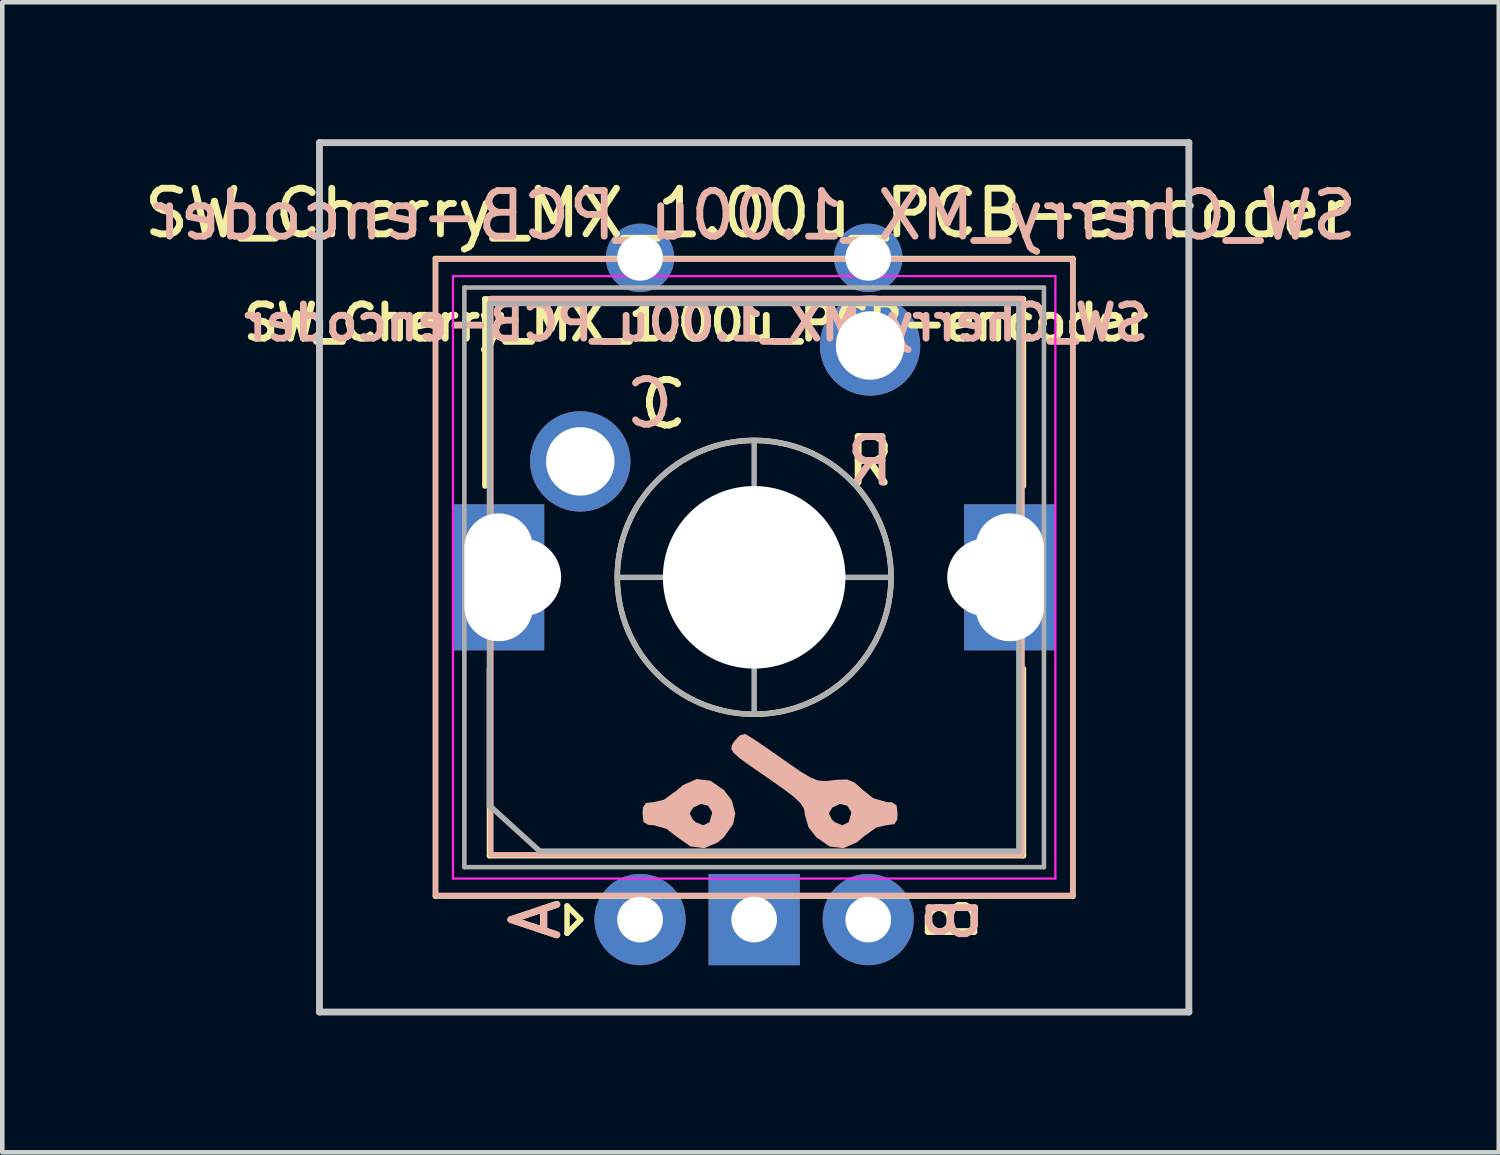
<source format=kicad_pcb>
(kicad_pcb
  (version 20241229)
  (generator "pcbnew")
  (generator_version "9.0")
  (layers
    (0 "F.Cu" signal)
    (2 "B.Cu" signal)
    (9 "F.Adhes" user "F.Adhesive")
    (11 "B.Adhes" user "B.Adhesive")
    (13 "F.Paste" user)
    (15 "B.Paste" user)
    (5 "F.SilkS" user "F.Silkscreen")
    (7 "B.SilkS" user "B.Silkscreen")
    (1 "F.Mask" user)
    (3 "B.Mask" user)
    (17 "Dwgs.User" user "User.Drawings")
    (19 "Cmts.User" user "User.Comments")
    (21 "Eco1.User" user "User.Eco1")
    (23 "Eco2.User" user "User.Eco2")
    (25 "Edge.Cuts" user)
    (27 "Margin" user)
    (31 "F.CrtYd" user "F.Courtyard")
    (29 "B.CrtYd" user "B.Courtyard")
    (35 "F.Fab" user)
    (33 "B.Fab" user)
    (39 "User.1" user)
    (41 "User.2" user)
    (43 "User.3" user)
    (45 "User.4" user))
  (footprint "SW_Cherry_MX_1.00u_PCB-encoder"
    (layer "F.Cu")
    (at 13.475 9.6)
    (property "Reference" "SW_Cherry_MX_1.00u_PCB-encoder" (at -0.16 -7.98 0) (layer "F.SilkS") (effects (font (size 1 1) (thickness 0.15))))
    (property "Value" "${REFERENCE}" (at 0 7.874 0) (layer "F.Fab") (hide yes) (effects (font (size 1 1) (thickness 0.15))))
    (attr through_hole)
    (fp_line (start -6.985 -6.985) (end 6.985 -6.985) (stroke (width 0.12) (type solid)) (layer "F.SilkS"))
    (fp_line (start -6.985 6.985) (end -6.985 -6.985) (stroke (width 0.12) (type solid)) (layer "F.SilkS"))
    (fp_line (start -5.9 -6.1) (end -3.3 -6.1) (stroke (width 0.12) (type solid)) (layer "F.SilkS"))
    (fp_line (start -5.9 -2) (end -5.9 -6.1) (stroke (width 0.12) (type solid)) (layer "F.SilkS"))
    (fp_line (start -5.8 2) (end -5.8 6.1) (stroke (width 0.12) (type solid)) (layer "F.SilkS"))
    (fp_line (start -5.8 6.1) (end 5.9 6.1) (stroke (width 0.12) (type solid)) (layer "F.SilkS"))
    (fp_line (start -4.1 7.2) (end -3.8 7.5) (stroke (width 0.12) (type solid)) (layer "F.SilkS"))
    (fp_line (start -4.1 7.8) (end -4.1 7.2) (stroke (width 0.12) (type solid)) (layer "F.SilkS"))
    (fp_line (start -3.8 7.5) (end -4.1 7.8) (stroke (width 0.12) (type solid)) (layer "F.SilkS"))
    (fp_line (start -1.3 -6.1) (end 1.3 -6.1) (stroke (width 0.12) (type solid)) (layer "F.SilkS"))
    (fp_line (start -0.5 0) (end 0.5 0) (stroke (width 0.12) (type solid)) (layer "F.SilkS"))
    (fp_line (start 0 0.5) (end 0 -0.5) (stroke (width 0.12) (type solid)) (layer "F.SilkS"))
    (fp_line (start 3.3 -6.1) (end 5.9 -6.1) (stroke (width 0.12) (type solid)) (layer "F.SilkS"))
    (fp_line (start 5.9 -6.1) (end 5.9 -2) (stroke (width 0.12) (type solid)) (layer "F.SilkS"))
    (fp_line (start 5.9 2) (end 5.9 6.1) (stroke (width 0.12) (type solid)) (layer "F.SilkS"))
    (fp_line (start 6.985 -6.985) (end 6.985 6.985) (stroke (width 0.12) (type solid)) (layer "F.SilkS"))
    (fp_line (start 6.985 6.985) (end -6.985 6.985) (stroke (width 0.12) (type solid)) (layer "F.SilkS"))
    (fp_circle (center 0 0) (end 0 -3) (stroke (width 0.12) (type solid)) (fill no) (layer "F.SilkS"))
    (fp_rect (start -6.98 -6.97) (end 6.98 6.97) (stroke (width 0.12) (type solid)) (fill no) (layer "B.SilkS"))
    (fp_rect (start -5.77 6.08) (end 5.87 -6.11) (stroke (width 0.12) (type solid)) (fill no) (layer "B.SilkS"))
    (fp_poly (pts (xy -1.56 4.552) (xy -1.697 4.67) (xy -1.982 4.875) (xy -2.198 4.924) (xy -2.374 4.945) (xy -2.439 5.047) (xy -2.446 5.178) (xy -2.425 5.358) (xy -2.326 5.424) (xy -2.198 5.432) (xy -1.916 5.514) (xy -1.697 5.686) (xy -1.399 5.895) (xy -1.097 5.936) (xy -0.797 5.809) (xy -0.661 5.692) (xy -0.461 5.41) (xy -0.414 5.178) (xy -0.415 5.173) (xy -0.922 5.173) (xy -0.978 5.365) (xy -1.116 5.433) (xy -1.288 5.362) (xy -1.349 5.3) (xy -1.413 5.172) (xy -1.336 5.047) (xy -1.332 5.043) (xy -1.167 4.965) (xy -1.009 5.004) (xy -0.924 5.141) (xy -0.922 5.173) (xy -0.415 5.173) (xy -0.49 4.886) (xy -0.661 4.663) (xy -0.957 4.457) (xy -1.259 4.42)) (stroke (width 0) (type solid)) (fill yes) (layer "B.SilkS"))
    (fp_poly (pts (xy -0.316 3.465) (xy -0.438 3.596) (xy -0.491 3.685) (xy -0.501 3.762) (xy -0.449 3.848) (xy -0.316 3.965) (xy -0.082 4.135) (xy 0.269 4.377) (xy 0.63 4.629) (xy 0.871 4.812) (xy 1.016 4.95) (xy 1.088 5.064) (xy 1.11 5.177) (xy 1.11 5.199) (xy 1.191 5.477) (xy 1.358 5.692) (xy 1.653 5.898) (xy 1.955 5.935) (xy 2.256 5.804) (xy 2.393 5.686) (xy 2.678 5.481) (xy 2.895 5.432) (xy 3.07 5.41) (xy 3.135 5.309) (xy 3.142 5.178) (xy 3.141 5.173) (xy 2.126 5.173) (xy 2.07 5.365) (xy 1.932 5.433) (xy 1.76 5.362) (xy 1.699 5.3) (xy 1.635 5.172) (xy 1.712 5.047) (xy 1.716 5.043) (xy 1.881 4.965) (xy 2.039 5.004) (xy 2.124 5.141) (xy 2.126 5.173) (xy 3.141 5.173) (xy 3.121 4.998) (xy 3.022 4.931) (xy 2.895 4.924) (xy 2.611 4.84) (xy 2.382 4.659) (xy 2.198 4.495) (xy 2.036 4.43) (xy 1.813 4.436) (xy 1.734 4.446) (xy 1.554 4.465) (xy 1.404 4.452) (xy 1.245 4.392) (xy 1.038 4.27) (xy 0.745 4.069) (xy 0.627 3.985) (xy 0.317 3.768) (xy 0.052 3.587) (xy -0.135 3.467) (xy -0.2 3.431)) (stroke (width 0) (type solid)) (fill yes) (layer "B.SilkS"))
    (fp_line (start -9.525 -9.525) (end 9.525 -9.525) (stroke (width 0.15) (type solid)) (layer "Dwgs.User"))
    (fp_line (start -9.525 9.525) (end -9.525 -9.525) (stroke (width 0.15) (type solid)) (layer "Dwgs.User"))
    (fp_line (start 9.525 -9.525) (end 9.525 9.525) (stroke (width 0.15) (type solid)) (layer "Dwgs.User"))
    (fp_line (start 9.525 9.525) (end -9.525 9.525) (stroke (width 0.15) (type solid)) (layer "Dwgs.User"))
    (fp_line (start -6.6 -6.6) (end 6.6 -6.6) (stroke (width 0.05) (type solid)) (layer "F.CrtYd"))
    (fp_line (start -6.6 6.6) (end -6.6 -6.6) (stroke (width 0.05) (type solid)) (layer "F.CrtYd"))
    (fp_line (start 6.6 -6.6) (end 6.6 6.6) (stroke (width 0.05) (type solid)) (layer "F.CrtYd"))
    (fp_line (start 6.6 6.6) (end -6.6 6.6) (stroke (width 0.05) (type solid)) (layer "F.CrtYd"))
    (fp_line (start -6.35 -6.35) (end 6.35 -6.35) (stroke (width 0.1) (type solid)) (layer "F.Fab"))
    (fp_line (start -6.35 6.35) (end -6.35 -6.35) (stroke (width 0.1) (type solid)) (layer "F.Fab"))
    (fp_line (start -5.8 -6) (end 5.8 -6) (stroke (width 0.12) (type solid)) (layer "F.Fab"))
    (fp_line (start -5.8 5) (end -5.8 -6) (stroke (width 0.12) (type solid)) (layer "F.Fab"))
    (fp_line (start -4.7 6) (end -5.8 5) (stroke (width 0.12) (type solid)) (layer "F.Fab"))
    (fp_line (start -3 0) (end 3 0) (stroke (width 0.12) (type solid)) (layer "F.Fab"))
    (fp_line (start 0 3) (end 0 -3) (stroke (width 0.12) (type solid)) (layer "F.Fab"))
    (fp_line (start 5.8 -6) (end 5.8 6) (stroke (width 0.12) (type solid)) (layer "F.Fab"))
    (fp_line (start 5.8 6) (end -4.7 6) (stroke (width 0.12) (type solid)) (layer "F.Fab"))
    (fp_line (start 6.35 -6.35) (end 6.35 6.35) (stroke (width 0.1) (type solid)) (layer "F.Fab"))
    (fp_line (start 6.35 6.35) (end -6.35 6.35) (stroke (width 0.1) (type solid)) (layer "F.Fab"))
    (fp_circle (center 0 0) (end 0 -3) (stroke (width 0.12) (type solid)) (fill no) (layer "F.Fab"))
    (fp_text user "B" (at 4.358 7.5 90) (unlocked yes) (layer "F.SilkS") (effects (font (size 1 1) (thickness 0.15))))
    (fp_text user "A" (at -4.786 7.5 90) (unlocked yes) (layer "F.SilkS") (effects (font (size 1 1) (thickness 0.15))))
    (fp_text user "R" (at 2.54 -2.54 0) (unlocked yes) (layer "F.SilkS") (effects (font (size 1 1) (thickness 0.15))))
    (fp_text user "C" (at -1.986 -3.791 0) (unlocked yes) (layer "F.SilkS") (effects (font (size 1 1) (thickness 0.15))))
    (fp_text user "${VALUE}" (at -1.27 -5.58 0) (unlocked yes) (layer "F.SilkS") (effects (font (size 0.75 0.75) (thickness 0.15))))
    (fp_text user "B" (at 4.375 7.5 90) (unlocked yes) (layer "B.SilkS") (effects (font (size 1 1) (thickness 0.15)) (justify mirror)))
    (fp_text user "${REFERENCE}" (at 0 -7.93 0) (unlocked yes) (layer "B.SilkS") (effects (font (size 1 1) (thickness 0.15)) (justify mirror)))
    (fp_text user "R" (at 2.54 -2.54 0) (unlocked yes) (layer "B.SilkS") (effects (font (size 1 1) (thickness 0.15)) (justify mirror)))
    (fp_text user "A" (at -4.775 7.5 90) (unlocked yes) (layer "B.SilkS") (effects (font (size 1 1) (thickness 0.15)) (justify mirror)))
    (fp_text user "${VALUE}" (at -1.27 -5.58 0) (unlocked yes) (layer "B.SilkS") (effects (font (size 0.75 0.75) (thickness 0.15)) (justify mirror)))
    (fp_text user "C" (at -2.29 -3.81 0) (unlocked yes) (layer "B.SilkS") (effects (font (size 1 1) (thickness 0.15)) (justify mirror)))
    (pad "" thru_hole rect (at -5.6 0 90) (size 3.2 2) (drill oval 2.8 1.5) (layers "*.Cu" "*.Mask"))
    (pad "" np_thru_hole circle (at -5.08 0) (size 1.7 1.7) (drill 1.7) (layers "*.Cu" "*.Mask"))
    (pad "" np_thru_hole circle (at 0 0) (size 4 4) (drill 4) (layers "*.Cu" "*.Mask"))
    (pad "" np_thru_hole circle (at 5.08 0) (size 1.7 1.7) (drill 1.7) (layers "*.Cu" "*.Mask"))
    (pad "" thru_hole rect (at 5.6 0 90) (size 3.2 2) (drill oval 2.8 1.5) (layers "*.Cu" "*.Mask"))
    (pad "1" thru_hole circle (at 2.5 -7 90) (size 1.5 1.5) (drill 1) (layers "*.Cu" "*.Mask"))
    (pad "1" thru_hole circle (at 2.54 -5.08) (size 2.2 2.2) (drill 1.5) (layers "*.Cu" "*.Mask"))
    (pad "2" thru_hole circle (at -3.81 -2.54) (size 2.2 2.2) (drill 1.5) (layers "*.Cu" "*.Mask"))
    (pad "2" thru_hole circle (at -2.5 -7 90) (size 1.5 1.5) (drill 1) (layers "*.Cu" "*.Mask"))
    (pad "A" thru_hole circle (at -2.5 7.5 90) (size 2 2) (drill 1) (layers "*.Cu" "*.Mask"))
    (pad "B" thru_hole circle (at 2.5 7.5 90) (size 2 2) (drill 1) (layers "*.Cu" "*.Mask"))
    (pad "C" thru_hole rect (at 0 7.5 90) (size 2 2) (drill 1) (layers "*.Cu" "*.Mask")))
  (gr_rect
    (start -3 -3)
    (end 29.791 22.2)
    (stroke (width 0.1) (type default))
    (fill no)
    (layer "Edge.Cuts")))
</source>
